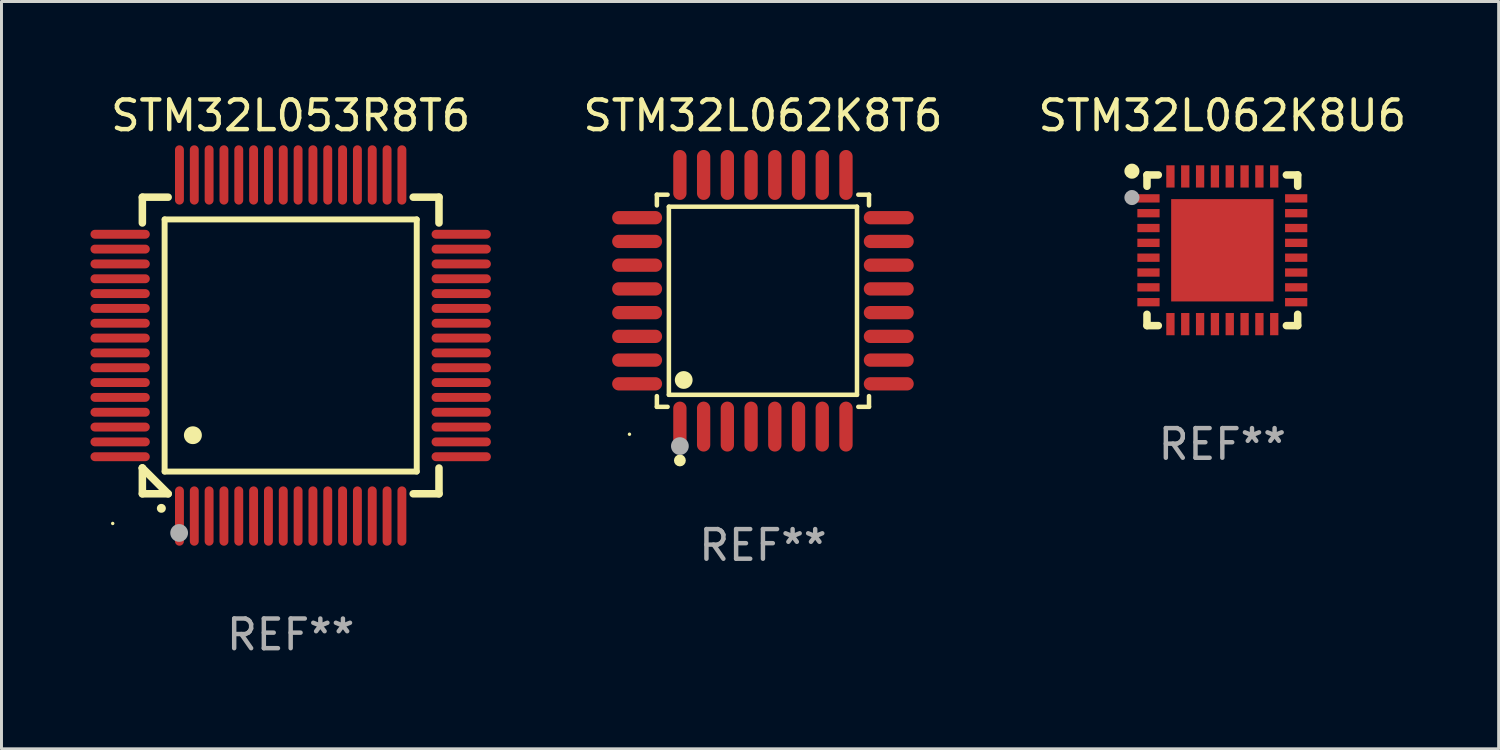
<source format=kicad_pcb>
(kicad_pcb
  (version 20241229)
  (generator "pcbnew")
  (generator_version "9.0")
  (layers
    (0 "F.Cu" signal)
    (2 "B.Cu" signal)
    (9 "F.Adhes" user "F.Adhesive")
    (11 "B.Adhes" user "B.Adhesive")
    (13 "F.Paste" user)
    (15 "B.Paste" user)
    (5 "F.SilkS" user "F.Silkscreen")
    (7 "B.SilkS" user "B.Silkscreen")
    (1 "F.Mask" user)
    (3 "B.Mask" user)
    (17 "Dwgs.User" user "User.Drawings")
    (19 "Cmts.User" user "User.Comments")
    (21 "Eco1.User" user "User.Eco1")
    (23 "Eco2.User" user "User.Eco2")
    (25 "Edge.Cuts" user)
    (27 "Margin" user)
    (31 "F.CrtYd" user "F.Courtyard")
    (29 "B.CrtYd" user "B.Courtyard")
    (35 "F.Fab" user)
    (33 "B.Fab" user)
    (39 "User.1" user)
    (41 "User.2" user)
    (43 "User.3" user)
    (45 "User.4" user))
  (footprint "STM32L062K8U6"
    (layer "F.Cu")
    (at 38.16 5.388)
    (property "Reference" "STM32L062K8U6" (at 0 -4.54 0) (layer "F.SilkS") (effects (font (size 1 1) (thickness 0.15))))
    (attr through_hole)
    (fp_line (start -2.54 -2.54) (end -2.159 -2.54) (stroke (width 0.254) (type solid)) (layer "F.SilkS"))
    (fp_line (start -2.54 -2.159) (end -2.54 -2.54) (stroke (width 0.254) (type solid)) (layer "F.SilkS"))
    (fp_line (start -2.54 2.54) (end -2.54 2.159) (stroke (width 0.254) (type solid)) (layer "F.SilkS"))
    (fp_line (start -2.159 2.54) (end -2.54 2.54) (stroke (width 0.254) (type solid)) (layer "F.SilkS"))
    (fp_line (start 2.159 -2.54) (end 2.54 -2.54) (stroke (width 0.254) (type solid)) (layer "F.SilkS"))
    (fp_line (start 2.54 -2.54) (end 2.54 -2.159) (stroke (width 0.254) (type solid)) (layer "F.SilkS"))
    (fp_line (start 2.54 2.159) (end 2.54 2.54) (stroke (width 0.254) (type solid)) (layer "F.SilkS"))
    (fp_line (start 2.54 2.54) (end 2.159 2.54) (stroke (width 0.254) (type solid)) (layer "F.SilkS"))
    (fp_circle (center -3.048 -2.667) (end -2.921 -2.667) (stroke (width 0.254) (type solid)) (fill no) (layer "F.SilkS"))
    (fp_circle (center -2.5 -2.5) (end -2.47 -2.5) (stroke (width 0.06) (type solid)) (fill no) (layer "F.SilkS"))
    (fp_circle (center -3.048 -1.778) (end -2.921 -1.778) (stroke (width 0.254) (type solid)) (fill no) (layer "F.Fab"))
    (fp_text user "REF**" (at 0 6.54 0) (layer "F.Fab") (effects (font (size 1 1) (thickness 0.15))))
    (pad "1" smd rect (at -2.49 -1.75) (size 0.75 0.28) (layers "F.Cu" "F.Mask" "F.Paste"))
    (pad "2" smd rect (at -2.49 -1.25) (size 0.75 0.28) (layers "F.Cu" "F.Mask" "F.Paste"))
    (pad "3" smd rect (at -2.49 -0.75) (size 0.75 0.28) (layers "F.Cu" "F.Mask" "F.Paste"))
    (pad "4" smd rect (at -2.49 -0.25) (size 0.75 0.28) (layers "F.Cu" "F.Mask" "F.Paste"))
    (pad "5" smd rect (at -2.49 0.25) (size 0.75 0.28) (layers "F.Cu" "F.Mask" "F.Paste"))
    (pad "6" smd rect (at -2.49 0.75) (size 0.75 0.28) (layers "F.Cu" "F.Mask" "F.Paste"))
    (pad "7" smd rect (at -2.49 1.25) (size 0.75 0.28) (layers "F.Cu" "F.Mask" "F.Paste"))
    (pad "8" smd rect (at -2.49 1.75) (size 0.75 0.28) (layers "F.Cu" "F.Mask" "F.Paste"))
    (pad "9" smd rect (at -1.75 2.49) (size 0.28 0.75) (layers "F.Cu" "F.Mask" "F.Paste"))
    (pad "10" smd rect (at -1.25 2.49) (size 0.28 0.75) (layers "F.Cu" "F.Mask" "F.Paste"))
    (pad "11" smd rect (at -0.75 2.49) (size 0.28 0.75) (layers "F.Cu" "F.Mask" "F.Paste"))
    (pad "12" smd rect (at -0.25 2.49) (size 0.28 0.75) (layers "F.Cu" "F.Mask" "F.Paste"))
    (pad "13" smd rect (at 0.25 2.49) (size 0.28 0.75) (layers "F.Cu" "F.Mask" "F.Paste"))
    (pad "14" smd rect (at 0.75 2.49) (size 0.28 0.75) (layers "F.Cu" "F.Mask" "F.Paste"))
    (pad "15" smd rect (at 1.25 2.49) (size 0.28 0.75) (layers "F.Cu" "F.Mask" "F.Paste"))
    (pad "16" smd rect (at 1.75 2.49) (size 0.28 0.75) (layers "F.Cu" "F.Mask" "F.Paste"))
    (pad "17" smd rect (at 2.49 1.75) (size 0.75 0.28) (layers "F.Cu" "F.Mask" "F.Paste"))
    (pad "18" smd rect (at 2.49 1.25) (size 0.75 0.28) (layers "F.Cu" "F.Mask" "F.Paste"))
    (pad "19" smd rect (at 2.49 0.75) (size 0.75 0.28) (layers "F.Cu" "F.Mask" "F.Paste"))
    (pad "20" smd rect (at 2.49 0.25) (size 0.75 0.28) (layers "F.Cu" "F.Mask" "F.Paste"))
    (pad "21" smd rect (at 2.49 -0.25) (size 0.75 0.28) (layers "F.Cu" "F.Mask" "F.Paste"))
    (pad "22" smd rect (at 2.49 -0.75) (size 0.75 0.28) (layers "F.Cu" "F.Mask" "F.Paste"))
    (pad "23" smd rect (at 2.49 -1.25) (size 0.75 0.28) (layers "F.Cu" "F.Mask" "F.Paste"))
    (pad "24" smd rect (at 2.49 -1.75) (size 0.75 0.28) (layers "F.Cu" "F.Mask" "F.Paste"))
    (pad "25" smd rect (at 1.75 -2.49) (size 0.28 0.75) (layers "F.Cu" "F.Mask" "F.Paste"))
    (pad "26" smd rect (at 1.25 -2.49) (size 0.28 0.75) (layers "F.Cu" "F.Mask" "F.Paste"))
    (pad "27" smd rect (at 0.75 -2.49) (size 0.28 0.75) (layers "F.Cu" "F.Mask" "F.Paste"))
    (pad "28" smd rect (at 0.25 -2.49) (size 0.28 0.75) (layers "F.Cu" "F.Mask" "F.Paste"))
    (pad "29" smd rect (at -0.25 -2.49) (size 0.28 0.75) (layers "F.Cu" "F.Mask" "F.Paste"))
    (pad "30" smd rect (at -0.75 -2.49) (size 0.28 0.75) (layers "F.Cu" "F.Mask" "F.Paste"))
    (pad "31" smd rect (at -1.25 -2.49) (size 0.28 0.75) (layers "F.Cu" "F.Mask" "F.Paste"))
    (pad "32" smd rect (at -1.75 -2.49) (size 0.28 0.75) (layers "F.Cu" "F.Mask" "F.Paste"))
    (pad "33" smd rect (at 0 0) (size 3.45 3.45) (layers "F.Cu" "F.Mask" "F.Paste")))
  (footprint "STM32L053R8T6"
    (layer "F.Cu")
    (at 6.75 8.598)
    (property "Reference" "STM32L053R8T6" (at 0 -7.75 0) (layer "F.SilkS") (effects (font (size 1 1) (thickness 0.15))))
    (attr through_hole)
    (fp_line (start -5 -5) (end -4.131 -5) (stroke (width 0.254) (type solid)) (layer "F.SilkS"))
    (fp_line (start -5 -4.131) (end -5 -5) (stroke (width 0.254) (type solid)) (layer "F.SilkS"))
    (fp_line (start -5 4.131) (end -5 4.131) (stroke (width 0.254) (type solid)) (layer "F.SilkS"))
    (fp_line (start -5 5) (end -5 4.131) (stroke (width 0.254) (type solid)) (layer "F.SilkS"))
    (fp_line (start -5 4.131) (end -4.131 5) (stroke (width 0.254) (type solid)) (layer "F.SilkS"))
    (fp_line (start -4.25 -4.25) (end -4.25 4.25) (stroke (width 0.2) (type solid)) (layer "F.SilkS"))
    (fp_line (start -4.25 4.25) (end 4.25 4.25) (stroke (width 0.2) (type solid)) (layer "F.SilkS"))
    (fp_line (start -4.131 5) (end -5 5) (stroke (width 0.254) (type solid)) (layer "F.SilkS"))
    (fp_line (start 4.25 -4.25) (end -4.25 -4.25) (stroke (width 0.2) (type solid)) (layer "F.SilkS"))
    (fp_line (start 4.25 4.25) (end 4.25 -4.25) (stroke (width 0.2) (type solid)) (layer "F.SilkS"))
    (fp_line (start 5 -5) (end 4.131 -5) (stroke (width 0.254) (type solid)) (layer "F.SilkS"))
    (fp_line (start 5 -5) (end 5 -4.131) (stroke (width 0.254) (type solid)) (layer "F.SilkS"))
    (fp_line (start 5 4.131) (end 5 5) (stroke (width 0.254) (type solid)) (layer "F.SilkS"))
    (fp_line (start 5 5) (end 4.131 5) (stroke (width 0.254) (type solid)) (layer "F.SilkS"))
    (fp_arc (start -4.361265 5.489992) (mid -4.359995 5.489987) (end -4.358725 5.489992) (stroke (width 0.3) (type solid)) (layer "F.SilkS"))
    (fp_arc (start -3.299467 3.025146) (mid -3.296927 3.025135) (end -3.294387 3.025146) (stroke (width 0.6) (type solid)) (layer "F.SilkS"))
    (fp_circle (center -6 6) (end -5.97 6) (stroke (width 0.06) (type solid)) (fill no) (layer "F.SilkS"))
    (fp_circle (center -3.76 6.32) (end -3.61 6.32) (stroke (width 0.3) (type solid)) (fill no) (layer "F.Fab"))
    (fp_text user "REF**" (at 0 9.75 0) (layer "F.Fab") (effects (font (size 1 1) (thickness 0.15))))
    (pad "1" smd oval (at -3.75 5.75) (size 0.3 2) (layers "F.Cu" "F.Mask" "F.Paste"))
    (pad "2" smd oval (at -3.25 5.75) (size 0.3 2) (layers "F.Cu" "F.Mask" "F.Paste"))
    (pad "3" smd oval (at -2.75 5.75) (size 0.3 2) (layers "F.Cu" "F.Mask" "F.Paste"))
    (pad "4" smd oval (at -2.25 5.75) (size 0.3 2) (layers "F.Cu" "F.Mask" "F.Paste"))
    (pad "5" smd oval (at -1.75 5.75) (size 0.3 2) (layers "F.Cu" "F.Mask" "F.Paste"))
    (pad "6" smd oval (at -1.25 5.75) (size 0.3 2) (layers "F.Cu" "F.Mask" "F.Paste"))
    (pad "7" smd oval (at -0.75 5.75) (size 0.3 2) (layers "F.Cu" "F.Mask" "F.Paste"))
    (pad "8" smd oval (at -0.25 5.75) (size 0.3 2) (layers "F.Cu" "F.Mask" "F.Paste"))
    (pad "9" smd oval (at 0.25 5.75) (size 0.3 2) (layers "F.Cu" "F.Mask" "F.Paste"))
    (pad "10" smd oval (at 0.75 5.75) (size 0.3 2) (layers "F.Cu" "F.Mask" "F.Paste"))
    (pad "11" smd oval (at 1.25 5.75) (size 0.3 2) (layers "F.Cu" "F.Mask" "F.Paste"))
    (pad "12" smd oval (at 1.75 5.75) (size 0.3 2) (layers "F.Cu" "F.Mask" "F.Paste"))
    (pad "13" smd oval (at 2.25 5.75) (size 0.3 2) (layers "F.Cu" "F.Mask" "F.Paste"))
    (pad "14" smd oval (at 2.75 5.75) (size 0.3 2) (layers "F.Cu" "F.Mask" "F.Paste"))
    (pad "15" smd oval (at 3.25 5.75) (size 0.3 2) (layers "F.Cu" "F.Mask" "F.Paste"))
    (pad "16" smd oval (at 3.75 5.75) (size 0.3 2) (layers "F.Cu" "F.Mask" "F.Paste"))
    (pad "17" smd oval (at 5.75 3.75) (size 2 0.3) (layers "F.Cu" "F.Mask" "F.Paste"))
    (pad "18" smd oval (at 5.75 3.25) (size 2 0.3) (layers "F.Cu" "F.Mask" "F.Paste"))
    (pad "19" smd oval (at 5.75 2.75) (size 2 0.3) (layers "F.Cu" "F.Mask" "F.Paste"))
    (pad "20" smd oval (at 5.75 2.25) (size 2 0.3) (layers "F.Cu" "F.Mask" "F.Paste"))
    (pad "21" smd oval (at 5.75 1.75) (size 2 0.3) (layers "F.Cu" "F.Mask" "F.Paste"))
    (pad "22" smd oval (at 5.75 1.25) (size 2 0.3) (layers "F.Cu" "F.Mask" "F.Paste"))
    (pad "23" smd oval (at 5.75 0.75) (size 2 0.3) (layers "F.Cu" "F.Mask" "F.Paste"))
    (pad "24" smd oval (at 5.75 0.25) (size 2 0.3) (layers "F.Cu" "F.Mask" "F.Paste"))
    (pad "25" smd oval (at 5.75 -0.25) (size 2 0.3) (layers "F.Cu" "F.Mask" "F.Paste"))
    (pad "26" smd oval (at 5.75 -0.75) (size 2 0.3) (layers "F.Cu" "F.Mask" "F.Paste"))
    (pad "27" smd oval (at 5.75 -1.25) (size 2 0.3) (layers "F.Cu" "F.Mask" "F.Paste"))
    (pad "28" smd oval (at 5.75 -1.75) (size 2 0.3) (layers "F.Cu" "F.Mask" "F.Paste"))
    (pad "29" smd oval (at 5.75 -2.25) (size 2 0.3) (layers "F.Cu" "F.Mask" "F.Paste"))
    (pad "30" smd oval (at 5.75 -2.75) (size 2 0.3) (layers "F.Cu" "F.Mask" "F.Paste"))
    (pad "31" smd oval (at 5.75 -3.25) (size 2 0.3) (layers "F.Cu" "F.Mask" "F.Paste"))
    (pad "32" smd oval (at 5.75 -3.75) (size 2 0.3) (layers "F.Cu" "F.Mask" "F.Paste"))
    (pad "33" smd oval (at 3.75 -5.75) (size 0.3 2) (layers "F.Cu" "F.Mask" "F.Paste"))
    (pad "34" smd oval (at 3.25 -5.75) (size 0.3 2) (layers "F.Cu" "F.Mask" "F.Paste"))
    (pad "35" smd oval (at 2.75 -5.75) (size 0.3 2) (layers "F.Cu" "F.Mask" "F.Paste"))
    (pad "36" smd oval (at 2.25 -5.75) (size 0.3 2) (layers "F.Cu" "F.Mask" "F.Paste"))
    (pad "37" smd oval (at 1.75 -5.75) (size 0.3 2) (layers "F.Cu" "F.Mask" "F.Paste"))
    (pad "38" smd oval (at 1.25 -5.75) (size 0.3 2) (layers "F.Cu" "F.Mask" "F.Paste"))
    (pad "39" smd oval (at 0.75 -5.75) (size 0.3 2) (layers "F.Cu" "F.Mask" "F.Paste"))
    (pad "40" smd oval (at 0.25 -5.75) (size 0.3 2) (layers "F.Cu" "F.Mask" "F.Paste"))
    (pad "41" smd oval (at -0.25 -5.75) (size 0.3 2) (layers "F.Cu" "F.Mask" "F.Paste"))
    (pad "42" smd oval (at -0.75 -5.75) (size 0.3 2) (layers "F.Cu" "F.Mask" "F.Paste"))
    (pad "43" smd oval (at -1.25 -5.75) (size 0.3 2) (layers "F.Cu" "F.Mask" "F.Paste"))
    (pad "44" smd oval (at -1.75 -5.75) (size 0.3 2) (layers "F.Cu" "F.Mask" "F.Paste"))
    (pad "45" smd oval (at -2.25 -5.75) (size 0.3 2) (layers "F.Cu" "F.Mask" "F.Paste"))
    (pad "46" smd oval (at -2.75 -5.75) (size 0.3 2) (layers "F.Cu" "F.Mask" "F.Paste"))
    (pad "47" smd oval (at -3.25 -5.75) (size 0.3 2) (layers "F.Cu" "F.Mask" "F.Paste"))
    (pad "48" smd oval (at -3.75 -5.75) (size 0.3 2) (layers "F.Cu" "F.Mask" "F.Paste"))
    (pad "49" smd oval (at -5.75 -3.75) (size 2 0.3) (layers "F.Cu" "F.Mask" "F.Paste"))
    (pad "50" smd oval (at -5.75 -3.25) (size 2 0.3) (layers "F.Cu" "F.Mask" "F.Paste"))
    (pad "51" smd oval (at -5.75 -2.75) (size 2 0.3) (layers "F.Cu" "F.Mask" "F.Paste"))
    (pad "52" smd oval (at -5.75 -2.25) (size 2 0.3) (layers "F.Cu" "F.Mask" "F.Paste"))
    (pad "53" smd oval (at -5.75 -1.75) (size 2 0.3) (layers "F.Cu" "F.Mask" "F.Paste"))
    (pad "54" smd oval (at -5.75 -1.25) (size 2 0.3) (layers "F.Cu" "F.Mask" "F.Paste"))
    (pad "55" smd oval (at -5.75 -0.75) (size 2 0.3) (layers "F.Cu" "F.Mask" "F.Paste"))
    (pad "56" smd oval (at -5.75 -0.25) (size 2 0.3) (layers "F.Cu" "F.Mask" "F.Paste"))
    (pad "57" smd oval (at -5.75 0.25) (size 2 0.3) (layers "F.Cu" "F.Mask" "F.Paste"))
    (pad "58" smd oval (at -5.75 0.75) (size 2 0.3) (layers "F.Cu" "F.Mask" "F.Paste"))
    (pad "59" smd oval (at -5.75 1.25) (size 2 0.3) (layers "F.Cu" "F.Mask" "F.Paste"))
    (pad "60" smd oval (at -5.75 1.75) (size 2 0.3) (layers "F.Cu" "F.Mask" "F.Paste"))
    (pad "61" smd oval (at -5.75 2.25) (size 2 0.3) (layers "F.Cu" "F.Mask" "F.Paste"))
    (pad "62" smd oval (at -5.75 2.75) (size 2 0.3) (layers "F.Cu" "F.Mask" "F.Paste"))
    (pad "63" smd oval (at -5.75 3.25) (size 2 0.3) (layers "F.Cu" "F.Mask" "F.Paste"))
    (pad "64" smd oval (at -5.75 3.75) (size 2 0.3) (layers "F.Cu" "F.Mask" "F.Paste")))
  (footprint "STM32L062K8T6"
    (layer "F.Cu")
    (at 22.672 7.09)
    (property "Reference" "STM32L062K8T6" (at 0 -6.242 0) (layer "F.SilkS") (effects (font (size 1 1) (thickness 0.15))))
    (attr through_hole)
    (fp_line (start -3.576 -3.576) (end -3.215 -3.576) (stroke (width 0.152) (type solid)) (layer "F.SilkS"))
    (fp_line (start -3.576 -3.215) (end -3.576 -3.576) (stroke (width 0.152) (type solid)) (layer "F.SilkS"))
    (fp_line (start -3.576 3.215) (end -3.576 3.576) (stroke (width 0.152) (type solid)) (layer "F.SilkS"))
    (fp_line (start -3.576 3.576) (end -3.215 3.576) (stroke (width 0.152) (type solid)) (layer "F.SilkS"))
    (fp_line (start -3.171 -3.171) (end 3.171 -3.171) (stroke (width 0.152) (type solid)) (layer "F.SilkS"))
    (fp_line (start -3.171 3.171) (end -3.171 -3.171) (stroke (width 0.152) (type solid)) (layer "F.SilkS"))
    (fp_line (start 3.171 -3.171) (end 3.171 3.171) (stroke (width 0.152) (type solid)) (layer "F.SilkS"))
    (fp_line (start 3.171 3.171) (end -3.171 3.171) (stroke (width 0.152) (type solid)) (layer "F.SilkS"))
    (fp_line (start 3.576 -3.576) (end 3.215 -3.576) (stroke (width 0.152) (type solid)) (layer "F.SilkS"))
    (fp_line (start 3.576 -3.215) (end 3.576 -3.576) (stroke (width 0.152) (type solid)) (layer "F.SilkS"))
    (fp_line (start 3.576 3.215) (end 3.576 3.576) (stroke (width 0.152) (type solid)) (layer "F.SilkS"))
    (fp_line (start 3.576 3.576) (end 3.215 3.576) (stroke (width 0.152) (type solid)) (layer "F.SilkS"))
    (fp_circle (center -4.5 4.5) (end -4.47 4.5) (stroke (width 0.06) (type solid)) (fill no) (layer "F.SilkS"))
    (fp_circle (center -2.8 5.384) (end -2.7 5.384) (stroke (width 0.2) (type solid)) (fill no) (layer "F.SilkS"))
    (fp_circle (center -2.671 2.671) (end -2.521 2.671) (stroke (width 0.3) (type solid)) (fill no) (layer "F.SilkS"))
    (fp_circle (center -2.8 4.9) (end -2.65 4.9) (stroke (width 0.3) (type solid)) (fill no) (layer "F.Fab"))
    (fp_text user "REF**" (at 0 8.242 0) (layer "F.Fab") (effects (font (size 1 1) (thickness 0.15))))
    (pad "1" smd oval (at -2.8 4.242) (size 0.448 1.684) (layers "F.Cu" "F.Mask" "F.Paste"))
    (pad "2" smd oval (at -2 4.242) (size 0.448 1.684) (layers "F.Cu" "F.Mask" "F.Paste"))
    (pad "3" smd oval (at -1.2 4.242) (size 0.448 1.684) (layers "F.Cu" "F.Mask" "F.Paste"))
    (pad "4" smd oval (at -0.4 4.242) (size 0.448 1.684) (layers "F.Cu" "F.Mask" "F.Paste"))
    (pad "5" smd oval (at 0.4 4.242) (size 0.448 1.684) (layers "F.Cu" "F.Mask" "F.Paste"))
    (pad "6" smd oval (at 1.2 4.242) (size 0.448 1.684) (layers "F.Cu" "F.Mask" "F.Paste"))
    (pad "7" smd oval (at 2 4.242) (size 0.448 1.684) (layers "F.Cu" "F.Mask" "F.Paste"))
    (pad "8" smd oval (at 2.8 4.242) (size 0.448 1.684) (layers "F.Cu" "F.Mask" "F.Paste"))
    (pad "9" smd oval (at 4.242 2.8) (size 1.684 0.448) (layers "F.Cu" "F.Mask" "F.Paste"))
    (pad "10" smd oval (at 4.242 2) (size 1.684 0.448) (layers "F.Cu" "F.Mask" "F.Paste"))
    (pad "11" smd oval (at 4.242 1.2) (size 1.684 0.448) (layers "F.Cu" "F.Mask" "F.Paste"))
    (pad "12" smd oval (at 4.242 0.4) (size 1.684 0.448) (layers "F.Cu" "F.Mask" "F.Paste"))
    (pad "13" smd oval (at 4.242 -0.4) (size 1.684 0.448) (layers "F.Cu" "F.Mask" "F.Paste"))
    (pad "14" smd oval (at 4.242 -1.2) (size 1.684 0.448) (layers "F.Cu" "F.Mask" "F.Paste"))
    (pad "15" smd oval (at 4.242 -2) (size 1.684 0.448) (layers "F.Cu" "F.Mask" "F.Paste"))
    (pad "16" smd oval (at 4.242 -2.8) (size 1.684 0.448) (layers "F.Cu" "F.Mask" "F.Paste"))
    (pad "17" smd oval (at 2.8 -4.242) (size 0.448 1.684) (layers "F.Cu" "F.Mask" "F.Paste"))
    (pad "18" smd oval (at 2 -4.242) (size 0.448 1.684) (layers "F.Cu" "F.Mask" "F.Paste"))
    (pad "19" smd oval (at 1.2 -4.242) (size 0.448 1.684) (layers "F.Cu" "F.Mask" "F.Paste"))
    (pad "20" smd oval (at 0.4 -4.242) (size 0.448 1.684) (layers "F.Cu" "F.Mask" "F.Paste"))
    (pad "21" smd oval (at -0.4 -4.242) (size 0.448 1.684) (layers "F.Cu" "F.Mask" "F.Paste"))
    (pad "22" smd oval (at -1.2 -4.242) (size 0.448 1.684) (layers "F.Cu" "F.Mask" "F.Paste"))
    (pad "23" smd oval (at -2 -4.242) (size 0.448 1.684) (layers "F.Cu" "F.Mask" "F.Paste"))
    (pad "24" smd oval (at -2.8 -4.242) (size 0.448 1.684) (layers "F.Cu" "F.Mask" "F.Paste"))
    (pad "25" smd oval (at -4.242 -2.8) (size 1.684 0.448) (layers "F.Cu" "F.Mask" "F.Paste"))
    (pad "26" smd oval (at -4.242 -2) (size 1.684 0.448) (layers "F.Cu" "F.Mask" "F.Paste"))
    (pad "27" smd oval (at -4.242 -1.2) (size 1.684 0.448) (layers "F.Cu" "F.Mask" "F.Paste"))
    (pad "28" smd oval (at -4.242 -0.4) (size 1.684 0.448) (layers "F.Cu" "F.Mask" "F.Paste"))
    (pad "29" smd oval (at -4.242 0.4) (size 1.684 0.448) (layers "F.Cu" "F.Mask" "F.Paste"))
    (pad "30" smd oval (at -4.242 1.2) (size 1.684 0.448) (layers "F.Cu" "F.Mask" "F.Paste"))
    (pad "31" smd oval (at -4.242 2) (size 1.684 0.448) (layers "F.Cu" "F.Mask" "F.Paste"))
    (pad "32" smd oval (at -4.242 2.8) (size 1.684 0.448) (layers "F.Cu" "F.Mask" "F.Paste")))
  (gr_rect
    (start -3 -3)
    (end 47.476 22.196)
    (stroke (width 0.1) (type default))
    (fill no)
    (layer "Edge.Cuts")))
</source>
